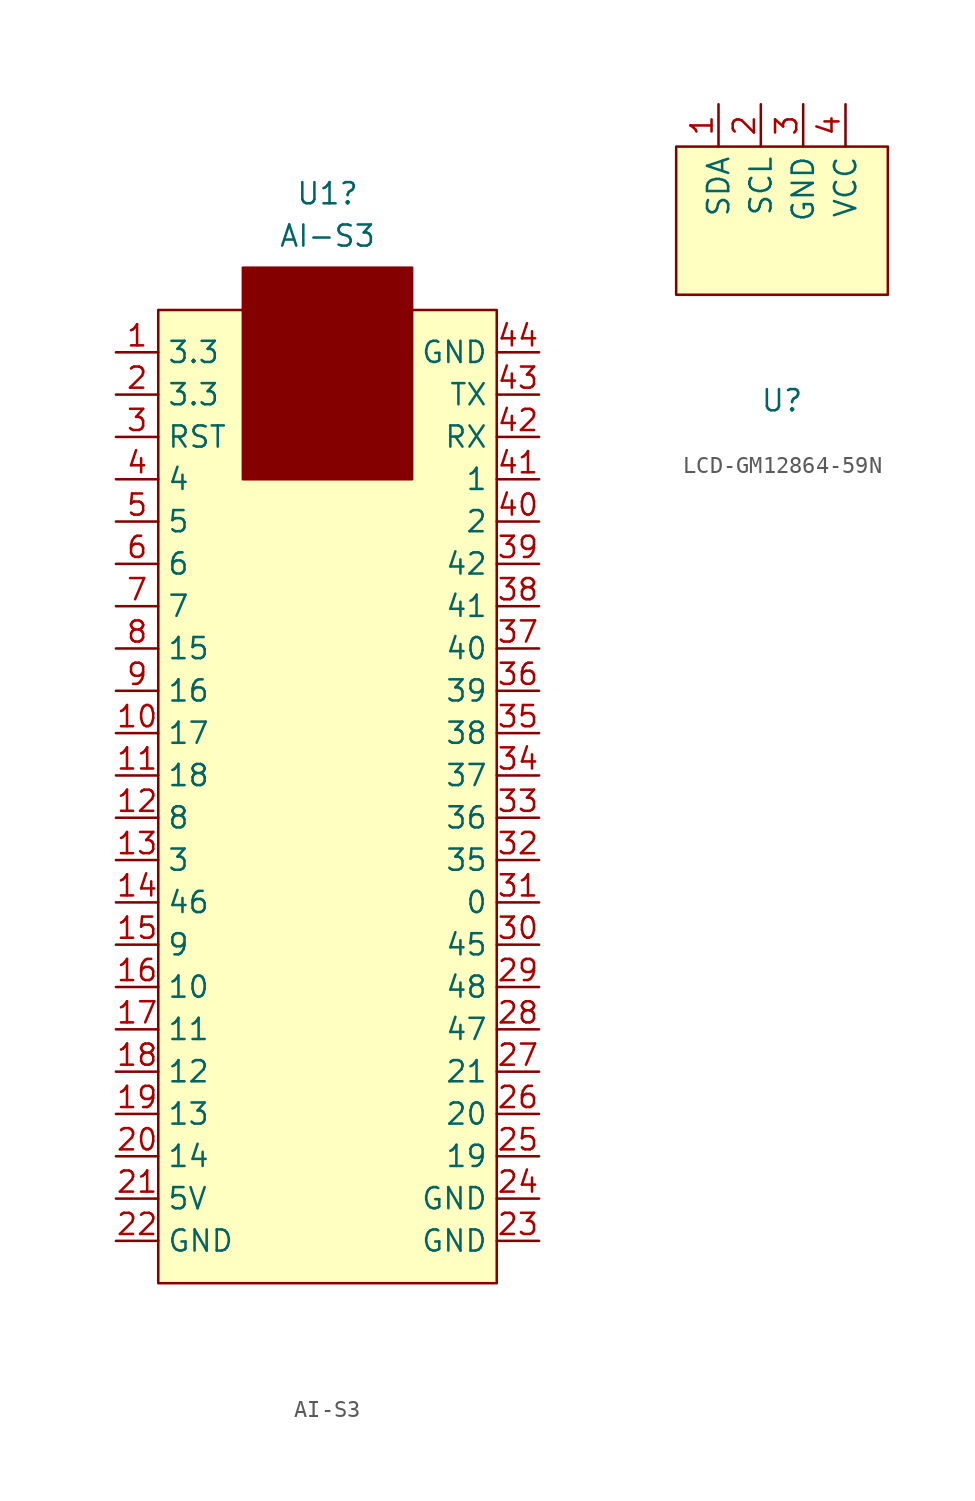
<source format=kicad_sym>
(kicad_symbol_lib
  (version 20220914)
  (generator kicad_symbol_editor)
  (symbol "AI-S3"
    (property "Reference" "U1"
      (at 10.16 67.945 0)
      (effects (font (size 1.27 1.27))))
    (property "Value" "AI-S3"
      (at 10.16 65.405 0)
      (effects (font (size 1.27 1.27))))
    (symbol "AI-S3_0_1"
      (rectangle (start 0 60.96) (end 20.32 2.54) (stroke (width 0) (type default)) (fill (type background)))
      (rectangle (start 5.08 60.96) (end 15.24 50.8) (stroke (width 0) (type default)) (fill (type outline)))
      (rectangle (start 5.08 60.96) (end 15.24 63.5) (stroke (width 0) (type default)) (fill (type outline))))
    (symbol "AI-S3_1_1"
      (pin power_in line (at -2.54 58.42 0) (length 2.54) (name "3.3" (effects (font (size 1.27 1.27)))) (number "1" (effects (font (size 1.27 1.27)))))
      (pin bidirectional line (at -2.54 35.56 0) (length 2.54) (name "17" (effects (font (size 1.27 1.27)))) (number "10" (effects (font (size 1.27 1.27)))))
      (pin bidirectional line (at -2.54 33.02 0) (length 2.54) (name "18" (effects (font (size 1.27 1.27)))) (number "11" (effects (font (size 1.27 1.27)))))
      (pin bidirectional line (at -2.54 30.48 0) (length 2.54) (name "8" (effects (font (size 1.27 1.27)))) (number "12" (effects (font (size 1.27 1.27)))))
      (pin bidirectional line (at -2.54 27.94 0) (length 2.54) (name "3" (effects (font (size 1.27 1.27)))) (number "13" (effects (font (size 1.27 1.27)))))
      (pin bidirectional line (at -2.54 25.4 0) (length 2.54) (name "46" (effects (font (size 1.27 1.27)))) (number "14" (effects (font (size 1.27 1.27)))))
      (pin bidirectional line (at -2.54 22.86 0) (length 2.54) (name "9" (effects (font (size 1.27 1.27)))) (number "15" (effects (font (size 1.27 1.27)))))
      (pin bidirectional line (at -2.54 20.32 0) (length 2.54) (name "10" (effects (font (size 1.27 1.27)))) (number "16" (effects (font (size 1.27 1.27)))))
      (pin bidirectional line (at -2.54 17.78 0) (length 2.54) (name "11" (effects (font (size 1.27 1.27)))) (number "17" (effects (font (size 1.27 1.27)))))
      (pin bidirectional line (at -2.54 15.24 0) (length 2.54) (name "12" (effects (font (size 1.27 1.27)))) (number "18" (effects (font (size 1.27 1.27)))))
      (pin bidirectional line (at -2.54 12.7 0) (length 2.54) (name "13" (effects (font (size 1.27 1.27)))) (number "19" (effects (font (size 1.27 1.27)))))
      (pin power_in line (at -2.54 55.88 0) (length 2.54) (name "3.3" (effects (font (size 1.27 1.27)))) (number "2" (effects (font (size 1.27 1.27)))))
      (pin bidirectional line (at -2.54 10.16 0) (length 2.54) (name "14" (effects (font (size 1.27 1.27)))) (number "20" (effects (font (size 1.27 1.27)))))
      (pin power_in line (at -2.54 7.62 0) (length 2.54) (name "5V" (effects (font (size 1.27 1.27)))) (number "21" (effects (font (size 1.27 1.27)))))
      (pin power_in line (at -2.54 5.08 0) (length 2.54) (name "GND" (effects (font (size 1.27 1.27)))) (number "22" (effects (font (size 1.27 1.27)))))
      (pin power_in line (at 22.86 5.08 180) (length 2.54) (name "GND" (effects (font (size 1.27 1.27)))) (number "23" (effects (font (size 1.27 1.27)))))
      (pin power_in line (at 22.86 7.62 180) (length 2.54) (name "GND" (effects (font (size 1.27 1.27)))) (number "24" (effects (font (size 1.27 1.27)))))
      (pin bidirectional line (at 22.86 10.16 180) (length 2.54) (name "19" (effects (font (size 1.27 1.27)))) (number "25" (effects (font (size 1.27 1.27)))))
      (pin bidirectional line (at 22.86 12.7 180) (length 2.54) (name "20" (effects (font (size 1.27 1.27)))) (number "26" (effects (font (size 1.27 1.27)))))
      (pin bidirectional line (at 22.86 15.24 180) (length 2.54) (name "21" (effects (font (size 1.27 1.27)))) (number "27" (effects (font (size 1.27 1.27)))))
      (pin bidirectional line (at 22.86 17.78 180) (length 2.54) (name "47" (effects (font (size 1.27 1.27)))) (number "28" (effects (font (size 1.27 1.27)))))
      (pin bidirectional line (at 22.86 20.32 180) (length 2.54) (name "48" (effects (font (size 1.27 1.27)))) (number "29" (effects (font (size 1.27 1.27)))))
      (pin bidirectional line (at -2.54 53.34 0) (length 2.54) (name "RST" (effects (font (size 1.27 1.27)))) (number "3" (effects (font (size 1.27 1.27)))))
      (pin bidirectional line (at 22.86 22.86 180) (length 2.54) (name "45" (effects (font (size 1.27 1.27)))) (number "30" (effects (font (size 1.27 1.27)))))
      (pin bidirectional line (at 22.86 25.4 180) (length 2.54) (name "0" (effects (font (size 1.27 1.27)))) (number "31" (effects (font (size 1.27 1.27)))))
      (pin bidirectional line (at 22.86 27.94 180) (length 2.54) (name "35" (effects (font (size 1.27 1.27)))) (number "32" (effects (font (size 1.27 1.27)))))
      (pin bidirectional line (at 22.86 30.48 180) (length 2.54) (name "36" (effects (font (size 1.27 1.27)))) (number "33" (effects (font (size 1.27 1.27)))))
      (pin bidirectional line (at 22.86 33.02 180) (length 2.54) (name "37" (effects (font (size 1.27 1.27)))) (number "34" (effects (font (size 1.27 1.27)))))
      (pin bidirectional line (at 22.86 35.56 180) (length 2.54) (name "38" (effects (font (size 1.27 1.27)))) (number "35" (effects (font (size 1.27 1.27)))))
      (pin bidirectional line (at 22.86 38.1 180) (length 2.54) (name "39" (effects (font (size 1.27 1.27)))) (number "36" (effects (font (size 1.27 1.27)))))
      (pin bidirectional line (at 22.86 40.64 180) (length 2.54) (name "40" (effects (font (size 1.27 1.27)))) (number "37" (effects (font (size 1.27 1.27)))))
      (pin bidirectional line (at 22.86 43.18 180) (length 2.54) (name "41" (effects (font (size 1.27 1.27)))) (number "38" (effects (font (size 1.27 1.27)))))
      (pin bidirectional line (at 22.86 45.72 180) (length 2.54) (name "42" (effects (font (size 1.27 1.27)))) (number "39" (effects (font (size 1.27 1.27)))))
      (pin bidirectional line (at -2.54 50.8 0) (length 2.54) (name "4" (effects (font (size 1.27 1.27)))) (number "4" (effects (font (size 1.27 1.27)))))
      (pin bidirectional line (at 22.86 48.26 180) (length 2.54) (name "2" (effects (font (size 1.27 1.27)))) (number "40" (effects (font (size 1.27 1.27)))))
      (pin bidirectional line (at 22.86 50.8 180) (length 2.54) (name "1" (effects (font (size 1.27 1.27)))) (number "41" (effects (font (size 1.27 1.27)))))
      (pin bidirectional line (at 22.86 53.34 180) (length 2.54) (name "RX" (effects (font (size 1.27 1.27)))) (number "42" (effects (font (size 1.27 1.27)))))
      (pin bidirectional line (at 22.86 55.88 180) (length 2.54) (name "TX" (effects (font (size 1.27 1.27)))) (number "43" (effects (font (size 1.27 1.27)))))
      (pin power_in line (at 22.86 58.42 180) (length 2.54) (name "GND" (effects (font (size 1.27 1.27)))) (number "44" (effects (font (size 1.27 1.27)))))
      (pin bidirectional line (at -2.54 48.26 0) (length 2.54) (name "5" (effects (font (size 1.27 1.27)))) (number "5" (effects (font (size 1.27 1.27)))))
      (pin bidirectional line (at -2.54 45.72 0) (length 2.54) (name "6" (effects (font (size 1.27 1.27)))) (number "6" (effects (font (size 1.27 1.27)))))
      (pin bidirectional line (at -2.54 43.18 0) (length 2.54) (name "7" (effects (font (size 1.27 1.27)))) (number "7" (effects (font (size 1.27 1.27)))))
      (pin bidirectional line (at -2.54 40.64 0) (length 2.54) (name "15" (effects (font (size 1.27 1.27)))) (number "8" (effects (font (size 1.27 1.27)))))
      (pin bidirectional line (at -2.54 38.1 0) (length 2.54) (name "16" (effects (font (size 1.27 1.27)))) (number "9" (effects (font (size 1.27 1.27)))))))
  (symbol "LCD-GM12864-59N"
    (property "Reference" "U"
      (at 0 0 0)
      (effects (font (size 1.27 1.27))))
    (property "Value" ""
      (at 0 0 0)
      (effects (font (size 1.27 1.27))))
    (symbol "LCD-GM12864-59N_1_1"
      (rectangle (start -6.35 15.24) (end 6.35 6.35) (stroke (width 0) (type default)) (fill (type background)))
      (pin bidirectional line (at -3.81 17.78 270) (length 2.54) (name "SDA" (effects (font (size 1.27 1.27)))) (number "1" (effects (font (size 1.27 1.27)))))
      (pin bidirectional line (at -1.27 17.78 270) (length 2.54) (name "SCL" (effects (font (size 1.27 1.27)))) (number "2" (effects (font (size 1.27 1.27)))))
      (pin power_in line (at 1.27 17.78 270) (length 2.54) (name "GND" (effects (font (size 1.27 1.27)))) (number "3" (effects (font (size 1.27 1.27)))))
      (pin power_in line (at 3.81 17.78 270) (length 2.54) (name "VCC" (effects (font (size 1.27 1.27)))) (number "4" (effects (font (size 1.27 1.27))))))))
</source>
